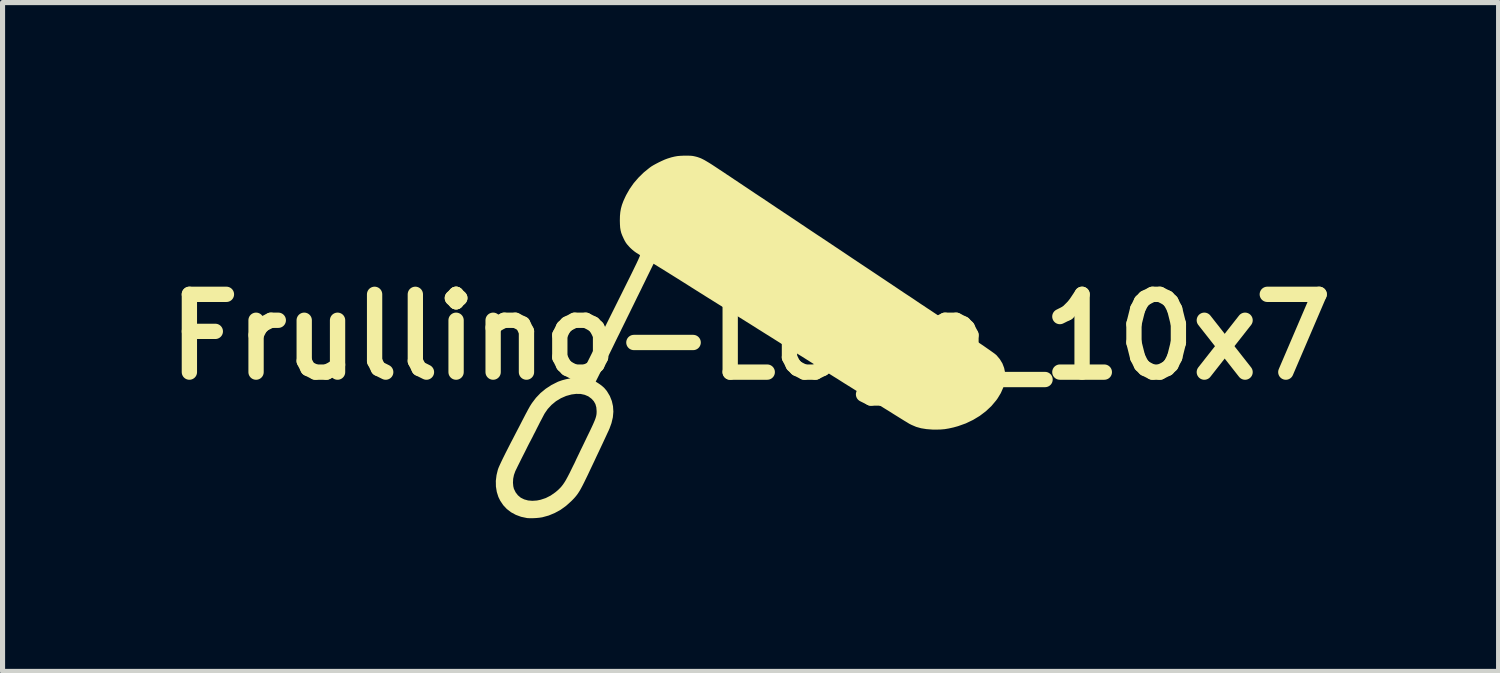
<source format=kicad_pcb>
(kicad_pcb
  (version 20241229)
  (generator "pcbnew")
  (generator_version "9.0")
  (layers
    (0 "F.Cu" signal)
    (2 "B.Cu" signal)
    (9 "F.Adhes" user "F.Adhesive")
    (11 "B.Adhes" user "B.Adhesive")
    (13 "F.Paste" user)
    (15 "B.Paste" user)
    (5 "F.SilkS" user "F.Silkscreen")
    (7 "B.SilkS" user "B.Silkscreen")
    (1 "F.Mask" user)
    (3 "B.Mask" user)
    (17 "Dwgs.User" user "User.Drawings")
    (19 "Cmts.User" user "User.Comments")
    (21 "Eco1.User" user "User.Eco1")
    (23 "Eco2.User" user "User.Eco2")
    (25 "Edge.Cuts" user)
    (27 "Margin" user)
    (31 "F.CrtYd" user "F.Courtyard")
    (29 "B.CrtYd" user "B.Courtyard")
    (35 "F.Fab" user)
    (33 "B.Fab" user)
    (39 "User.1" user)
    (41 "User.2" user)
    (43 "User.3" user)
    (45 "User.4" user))
  (footprint "Frullino-Logo_10x7"
    (layer "F.Cu")
    (at 11.655 3.551)
    (property "Reference" "Frullino-Logo_10x7" (at 0 0 0) (layer "F.SilkS") (effects (font (size 1.524 1.524) (thickness 0.3))))
    (attr board_only exclude_from_pos_files exclude_from_bom)
    (fp_poly (pts (xy -1.222 -3.551) (xy -1.179 -3.55) (xy -1.144 -3.547) (xy -1.114 -3.542) (xy -1.083 -3.535) (xy -1.07 -3.532) (xy -1.037 -3.523) (xy -1.006 -3.512) (xy -0.974 -3.5) (xy -0.941 -3.484) (xy -0.904 -3.465) (xy -0.863 -3.441) (xy -0.814 -3.412) (xy -0.757 -3.376) (xy -0.69 -3.332) (xy -0.612 -3.28) (xy -0.561 -3.247) (xy -0.522 -3.221) (xy -0.469 -3.185) (xy -0.403 -3.142) (xy -0.325 -3.089) (xy -0.236 -3.03) (xy -0.136 -2.963) (xy -0.025 -2.889) (xy 0.094 -2.809) (xy 0.223 -2.724) (xy 0.359 -2.633) (xy 0.502 -2.537) (xy 0.652 -2.437) (xy 0.807 -2.334) (xy 0.967 -2.227) (xy 1.131 -2.117) (xy 1.299 -2.005) (xy 1.47 -1.892) (xy 1.642 -1.777) (xy 1.816 -1.661) (xy 1.99 -1.544) (xy 2.164 -1.428) (xy 2.337 -1.313) (xy 2.508 -1.199) (xy 2.677 -1.086) (xy 2.843 -0.975) (xy 3.004 -0.867) (xy 3.162 -0.763) (xy 3.313 -0.661) (xy 3.459 -0.564) (xy 3.598 -0.472) (xy 3.729 -0.384) (xy 3.851 -0.302) (xy 3.965 -0.226) (xy 4.069 -0.157) (xy 4.163 -0.094) (xy 4.245 -0.04) (xy 4.315 0.007) (xy 4.372 0.046) (xy 4.416 0.075) (xy 4.424 0.08) (xy 4.498 0.13) (xy 4.569 0.178) (xy 4.633 0.223) (xy 4.691 0.263) (xy 4.74 0.298) (xy 4.779 0.326) (xy 4.805 0.347) (xy 4.817 0.357) (xy 4.883 0.435) (xy 4.934 0.519) (xy 4.968 0.608) (xy 4.987 0.701) (xy 4.99 0.798) (xy 4.977 0.897) (xy 4.948 0.998) (xy 4.903 1.1) (xy 4.842 1.201) (xy 4.812 1.243) (xy 4.718 1.355) (xy 4.61 1.456) (xy 4.49 1.547) (xy 4.359 1.626) (xy 4.217 1.694) (xy 4.066 1.748) (xy 3.976 1.773) (xy 3.886 1.793) (xy 3.803 1.807) (xy 3.72 1.814) (xy 3.631 1.816) (xy 3.562 1.815) (xy 3.445 1.806) (xy 3.34 1.789) (xy 3.244 1.762) (xy 3.155 1.724) (xy 3.113 1.703) (xy 3.093 1.691) (xy 3.059 1.67) (xy 3.012 1.642) (xy 2.954 1.606) (xy 2.885 1.563) (xy 2.806 1.514) (xy 2.719 1.459) (xy 2.623 1.4) (xy 2.521 1.336) (xy 2.413 1.268) (xy 2.374 1.243) (xy 2.322 1.211) (xy 2.271 1.179) (xy 2.225 1.15) (xy 2.187 1.126) (xy 2.159 1.109) (xy 2.152 1.105) (xy 2.128 1.089) (xy 2.091 1.066) (xy 2.042 1.036) (xy 1.985 1) (xy 1.919 0.959) (xy 1.848 0.915) (xy 1.774 0.868) (xy 1.697 0.819) (xy 1.619 0.771) (xy 1.543 0.723) (xy 1.471 0.677) (xy 1.403 0.635) (xy 1.342 0.596) (xy 1.29 0.564) (xy 1.265 0.548) (xy 1.172 0.489) (xy 1.091 0.438) (xy 1.017 0.391) (xy 0.947 0.348) (xy 0.879 0.305) (xy 0.841 0.282) (xy 0.815 0.266) (xy 0.778 0.243) (xy 0.73 0.213) (xy 0.676 0.179) (xy 0.617 0.142) (xy 0.556 0.103) (xy 0.535 0.09) (xy 0.416 0.015) (xy 0.296 -0.06) (xy 0.173 -0.137) (xy 0.045 -0.218) (xy -0.089 -0.302) (xy -0.23 -0.39) (xy -0.38 -0.484) (xy -0.541 -0.584) (xy -0.714 -0.692) (xy -0.9 -0.808) (xy -0.902 -0.81) (xy -0.95 -0.84) (xy -1.008 -0.876) (xy -1.07 -0.915) (xy -1.13 -0.953) (xy -1.17 -0.978) (xy -1.228 -1.015) (xy -1.293 -1.056) (xy -1.36 -1.098) (xy -1.422 -1.137) (xy -1.457 -1.159) (xy -1.502 -1.187) (xy -1.545 -1.214) (xy -1.581 -1.236) (xy -1.607 -1.253) (xy -1.622 -1.262) (xy -1.638 -1.272) (xy -1.666 -1.289) (xy -1.702 -1.312) (xy -1.744 -1.338) (xy -1.774 -1.356) (xy -1.9 -1.434) (xy -1.999 -1.232) (xy -2.033 -1.163) (xy -2.071 -1.084) (xy -2.111 -1.003) (xy -2.149 -0.924) (xy -2.184 -0.854) (xy -2.191 -0.839) (xy -2.22 -0.781) (xy -2.254 -0.711) (xy -2.292 -0.633) (xy -2.332 -0.552) (xy -2.371 -0.472) (xy -2.408 -0.397) (xy -2.413 -0.387) (xy -2.452 -0.307) (xy -2.49 -0.23) (xy -2.528 -0.153) (xy -2.566 -0.074) (xy -2.607 0.008) (xy -2.65 0.096) (xy -2.697 0.193) (xy -2.75 0.301) (xy -2.809 0.422) (xy -2.819 0.443) (xy -2.85 0.505) (xy -2.882 0.571) (xy -2.914 0.635) (xy -2.943 0.694) (xy -2.967 0.743) (xy -2.972 0.753) (xy -3.034 0.876) (xy -2.977 0.912) (xy -2.918 0.954) (xy -2.869 0.997) (xy -2.827 1.046) (xy -2.812 1.066) (xy -2.757 1.158) (xy -2.718 1.256) (xy -2.695 1.358) (xy -2.688 1.465) (xy -2.698 1.575) (xy -2.725 1.689) (xy -2.767 1.804) (xy -2.768 1.804) (xy -2.781 1.835) (xy -2.801 1.877) (xy -2.824 1.927) (xy -2.849 1.981) (xy -2.872 2.03) (xy -2.893 2.076) (xy -2.92 2.133) (xy -2.952 2.201) (xy -2.987 2.275) (xy -3.024 2.353) (xy -3.06 2.431) (xy -3.09 2.494) (xy -3.142 2.603) (xy -3.187 2.699) (xy -3.227 2.781) (xy -3.261 2.851) (xy -3.292 2.912) (xy -3.319 2.963) (xy -3.344 3.008) (xy -3.368 3.046) (xy -3.39 3.079) (xy -3.413 3.109) (xy -3.436 3.137) (xy -3.461 3.165) (xy -3.489 3.194) (xy -3.513 3.218) (xy -3.614 3.309) (xy -3.722 3.387) (xy -3.837 3.45) (xy -3.955 3.499) (xy -4.075 3.532) (xy -4.084 3.534) (xy -4.136 3.542) (xy -4.196 3.548) (xy -4.257 3.551) (xy -4.314 3.552) (xy -4.363 3.55) (xy -4.383 3.548) (xy -4.496 3.524) (xy -4.599 3.486) (xy -4.693 3.435) (xy -4.776 3.371) (xy -4.847 3.295) (xy -4.905 3.208) (xy -4.941 3.135) (xy -4.972 3.037) (xy -4.989 2.931) (xy -4.99 2.855) (xy -4.655 2.855) (xy -4.649 2.925) (xy -4.637 2.975) (xy -4.603 3.045) (xy -4.558 3.103) (xy -4.502 3.15) (xy -4.435 3.183) (xy -4.359 3.204) (xy -4.276 3.211) (xy -4.186 3.205) (xy -4.113 3.19) (xy -4.013 3.157) (xy -3.918 3.109) (xy -3.826 3.045) (xy -3.784 3.01) (xy -3.747 2.975) (xy -3.713 2.94) (xy -3.682 2.901) (xy -3.651 2.857) (xy -3.619 2.805) (xy -3.585 2.743) (xy -3.546 2.668) (xy -3.526 2.627) (xy -3.499 2.572) (xy -3.475 2.523) (xy -3.454 2.482) (xy -3.439 2.45) (xy -3.429 2.429) (xy -3.426 2.423) (xy -3.425 2.419) (xy -3.42 2.409) (xy -3.412 2.391) (xy -3.399 2.365) (xy -3.382 2.329) (xy -3.36 2.284) (xy -3.333 2.226) (xy -3.299 2.157) (xy -3.259 2.074) (xy -3.212 1.976) (xy -3.196 1.943) (xy -3.153 1.855) (xy -3.118 1.781) (xy -3.089 1.719) (xy -3.066 1.666) (xy -3.048 1.623) (xy -3.035 1.586) (xy -3.026 1.554) (xy -3.02 1.525) (xy -3.017 1.497) (xy -3.016 1.469) (xy -3.016 1.453) (xy -3.022 1.379) (xy -3.04 1.315) (xy -3.072 1.259) (xy -3.117 1.21) (xy -3.179 1.164) (xy -3.25 1.134) (xy -3.33 1.117) (xy -3.419 1.116) (xy -3.506 1.127) (xy -3.613 1.156) (xy -3.716 1.201) (xy -3.812 1.259) (xy -3.899 1.331) (xy -3.975 1.413) (xy -4.033 1.497) (xy -4.048 1.524) (xy -4.069 1.564) (xy -4.095 1.614) (xy -4.125 1.67) (xy -4.156 1.732) (xy -4.188 1.794) (xy -4.191 1.8) (xy -4.22 1.859) (xy -4.248 1.912) (xy -4.271 1.959) (xy -4.291 1.997) (xy -4.305 2.024) (xy -4.312 2.038) (xy -4.313 2.039) (xy -4.318 2.049) (xy -4.33 2.071) (xy -4.348 2.106) (xy -4.37 2.149) (xy -4.395 2.2) (xy -4.423 2.256) (xy -4.453 2.315) (xy -4.483 2.374) (xy -4.512 2.433) (xy -4.539 2.487) (xy -4.564 2.537) (xy -4.584 2.579) (xy -4.6 2.611) (xy -4.61 2.632) (xy -4.611 2.635) (xy -4.636 2.705) (xy -4.651 2.779) (xy -4.655 2.855) (xy -4.99 2.855) (xy -4.991 2.821) (xy -4.977 2.707) (xy -4.951 2.601) (xy -4.939 2.567) (xy -4.918 2.519) (xy -4.889 2.456) (xy -4.852 2.379) (xy -4.807 2.288) (xy -4.754 2.184) (xy -4.694 2.066) (xy -4.659 2) (xy -4.637 1.957) (xy -4.609 1.903) (xy -4.578 1.843) (xy -4.546 1.782) (xy -4.517 1.726) (xy -4.474 1.642) (xy -4.438 1.573) (xy -4.408 1.515) (xy -4.382 1.467) (xy -4.361 1.427) (xy -4.342 1.393) (xy -4.326 1.364) (xy -4.31 1.338) (xy -4.294 1.313) (xy -4.28 1.292) (xy -4.204 1.192) (xy -4.115 1.099) (xy -4.013 1.015) (xy -3.901 0.942) (xy -3.782 0.882) (xy -3.761 0.873) (xy -3.692 0.849) (xy -3.613 0.828) (xy -3.531 0.812) (xy -3.452 0.803) (xy -3.441 0.803) (xy -3.347 0.797) (xy -2.751 -0.398) (xy -2.67 -0.56) (xy -2.597 -0.707) (xy -2.531 -0.839) (xy -2.472 -0.958) (xy -2.419 -1.065) (xy -2.372 -1.159) (xy -2.331 -1.242) (xy -2.296 -1.314) (xy -2.266 -1.376) (xy -2.24 -1.429) (xy -2.219 -1.474) (xy -2.202 -1.51) (xy -2.189 -1.54) (xy -2.179 -1.563) (xy -2.172 -1.58) (xy -2.168 -1.592) (xy -2.167 -1.599) (xy -2.167 -1.603) (xy -2.168 -1.604) (xy -2.181 -1.612) (xy -2.205 -1.628) (xy -2.235 -1.646) (xy -2.244 -1.652) (xy -2.279 -1.677) (xy -2.319 -1.71) (xy -2.359 -1.747) (xy -2.375 -1.764) (xy -2.412 -1.805) (xy -2.44 -1.841) (xy -2.464 -1.881) (xy -2.486 -1.925) (xy -2.513 -1.984) (xy -2.533 -2.036) (xy -2.546 -2.087) (xy -2.555 -2.141) (xy -2.559 -2.202) (xy -2.561 -2.276) (xy -2.561 -2.283) (xy -2.559 -2.369) (xy -2.552 -2.446) (xy -2.539 -2.518) (xy -2.519 -2.589) (xy -2.491 -2.664) (xy -2.453 -2.747) (xy -2.438 -2.778) (xy -2.371 -2.896) (xy -2.29 -3.012) (xy -2.196 -3.121) (xy -2.093 -3.222) (xy -1.982 -3.312) (xy -1.945 -3.339) (xy -1.904 -3.364) (xy -1.853 -3.392) (xy -1.795 -3.422) (xy -1.736 -3.45) (xy -1.68 -3.475) (xy -1.632 -3.493) (xy -1.617 -3.498) (xy -1.549 -3.519) (xy -1.49 -3.533) (xy -1.435 -3.543) (xy -1.378 -3.548) (xy -1.313 -3.551) (xy -1.278 -3.551)) (stroke (width 0) (type solid)) (fill yes) (layer "F.SilkS")))
  (gr_rect
    (start -3 -3)
    (end 26.31 10.104)
    (stroke (width 0.1) (type default))
    (fill no)
    (layer "Edge.Cuts")))
</source>
